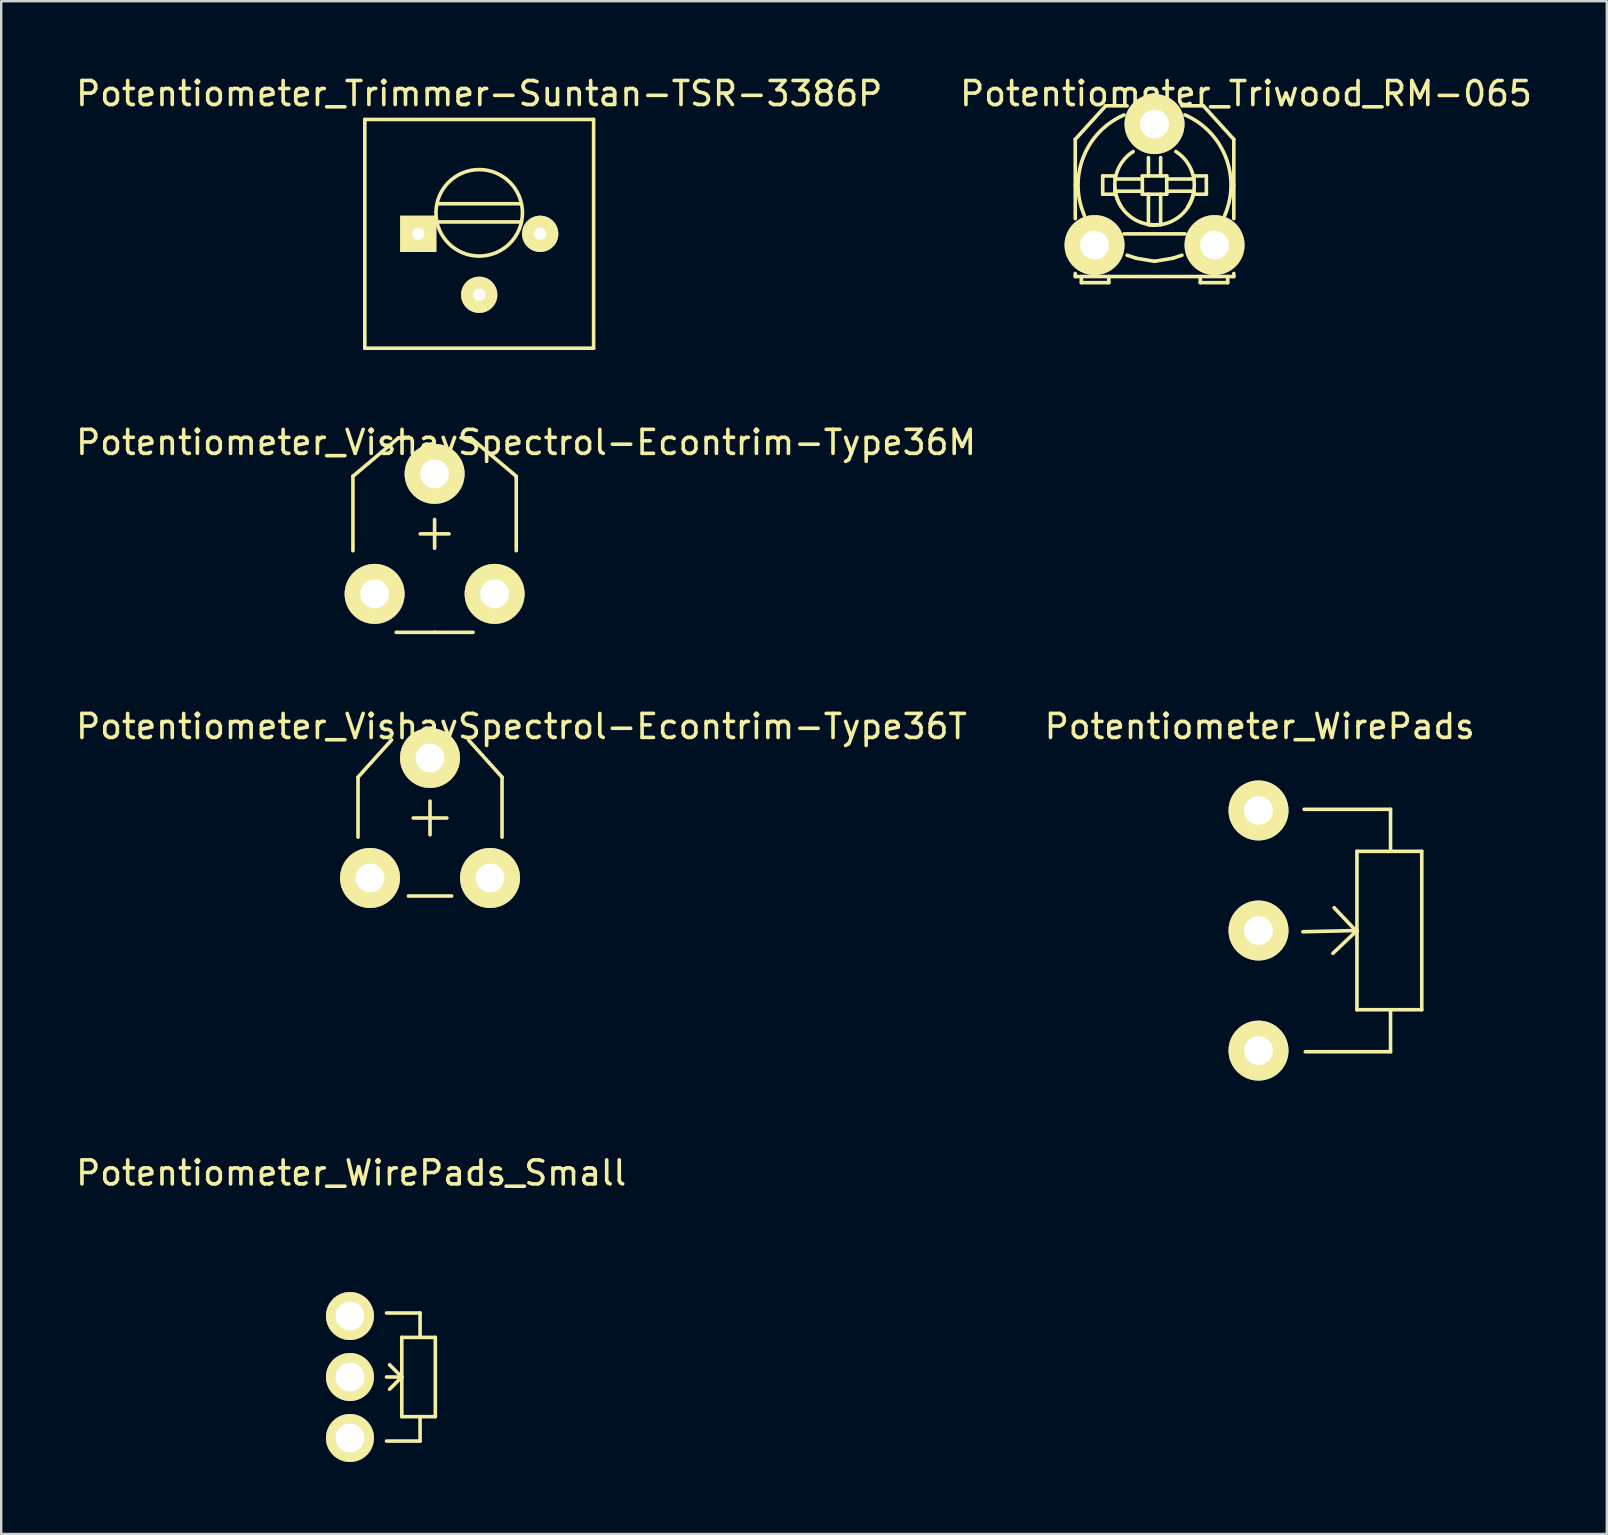
<source format=kicad_pcb>
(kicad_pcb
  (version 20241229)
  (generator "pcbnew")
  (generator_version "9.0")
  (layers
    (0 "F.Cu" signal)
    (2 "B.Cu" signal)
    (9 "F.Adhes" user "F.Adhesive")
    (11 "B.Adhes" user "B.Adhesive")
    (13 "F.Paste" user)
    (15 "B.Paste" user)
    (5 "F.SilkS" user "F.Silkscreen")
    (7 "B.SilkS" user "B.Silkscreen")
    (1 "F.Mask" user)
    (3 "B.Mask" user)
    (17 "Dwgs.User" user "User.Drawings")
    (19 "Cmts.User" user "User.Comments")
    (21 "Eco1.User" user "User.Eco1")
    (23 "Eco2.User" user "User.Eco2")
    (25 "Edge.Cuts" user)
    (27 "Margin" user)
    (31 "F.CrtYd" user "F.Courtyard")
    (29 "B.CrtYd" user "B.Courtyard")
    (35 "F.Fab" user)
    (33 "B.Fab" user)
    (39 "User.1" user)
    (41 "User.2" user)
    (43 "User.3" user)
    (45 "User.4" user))
  (footprint "Potentiometer_VishaySpectrol-Econtrim-Type36T"
    (layer "F.Cu")
    (at 12.363 33.521)
    (property "Reference" "Potentiometer_VishaySpectrol-Econtrim-Type36T" (at 6.309 -6.309 0) (layer "F.SilkS") (effects (font (size 1 1) (thickness 0.15))))
    (attr through_hole)
    (fp_line (start -0.5 -4.199) (end -0.5 -1.699) (stroke (width 0.15) (type solid)) (layer "F.SilkS"))
    (fp_line (start 0.899 -5.751) (end -0.5 -4.199) (stroke (width 0.15) (type solid)) (layer "F.SilkS"))
    (fp_line (start 1.6 0.752) (end 3.399 0.752) (stroke (width 0.15) (type solid)) (layer "F.SilkS"))
    (fp_line (start 1.798 -2.499) (end 3.2 -2.499) (stroke (width 0.15) (type solid)) (layer "F.SilkS"))
    (fp_line (start 2.499 -1.798) (end 2.499 -3.2) (stroke (width 0.15) (type solid)) (layer "F.SilkS"))
    (fp_line (start 4.1 -5.751) (end 5.499 -4.199) (stroke (width 0.15) (type solid)) (layer "F.SilkS"))
    (fp_line (start 5.499 -4.199) (end 5.499 -1.699) (stroke (width 0.15) (type solid)) (layer "F.SilkS"))
    (pad "1" thru_hole circle (at 0 0) (size 2.499 2.499) (drill 1.199) (layers "*.Cu" "*.Mask" "F.SilkS"))
    (pad "2" thru_hole circle (at 2.499 -4.999) (size 2.499 2.499) (drill 1.199) (layers "*.Cu" "*.Mask" "F.SilkS"))
    (pad "3" thru_hole circle (at 4.999 0) (size 2.499 2.499) (drill 1.199) (layers "*.Cu" "*.Mask" "F.SilkS")))
  (footprint "Potentiometer_WirePads_Small"
    (layer "F.Cu")
    (at 11.527 51.768)
    (property "Reference" "Potentiometer_WirePads_Small" (at 0.051 -5.959 0) (layer "F.SilkS") (effects (font (size 1 1) (thickness 0.15))))
    (attr through_hole)
    (fp_line (start 2.159 0.889) (end 3.556 0.889) (stroke (width 0.15) (type solid)) (layer "F.SilkS"))
    (fp_line (start 2.159 2.54) (end 1.524 2.54) (stroke (width 0.15) (type solid)) (layer "F.SilkS"))
    (fp_line (start 2.159 2.54) (end 1.651 2.032) (stroke (width 0.15) (type solid)) (layer "F.SilkS"))
    (fp_line (start 2.159 2.54) (end 1.651 3.048) (stroke (width 0.15) (type solid)) (layer "F.SilkS"))
    (fp_line (start 2.159 4.191) (end 2.159 0.889) (stroke (width 0.15) (type solid)) (layer "F.SilkS"))
    (fp_line (start 2.921 -0.127) (end 1.524 -0.127) (stroke (width 0.15) (type solid)) (layer "F.SilkS"))
    (fp_line (start 2.921 0.889) (end 2.921 -0.127) (stroke (width 0.15) (type solid)) (layer "F.SilkS"))
    (fp_line (start 2.921 4.191) (end 2.921 5.207) (stroke (width 0.15) (type solid)) (layer "F.SilkS"))
    (fp_line (start 2.921 5.207) (end 1.524 5.207) (stroke (width 0.15) (type solid)) (layer "F.SilkS"))
    (fp_line (start 3.556 0.889) (end 3.556 4.191) (stroke (width 0.15) (type solid)) (layer "F.SilkS"))
    (fp_line (start 3.556 4.191) (end 2.159 4.191) (stroke (width 0.15) (type solid)) (layer "F.SilkS"))
    (pad "1" thru_hole circle (at 0 0) (size 1.999 1.999) (drill 1.199) (layers "*.Cu" "*.Mask" "F.SilkS"))
    (pad "2" thru_hole circle (at 0 2.54) (size 1.999 1.999) (drill 1.199) (layers "*.Cu" "*.Mask" "F.SilkS"))
    (pad "3" thru_hole circle (at 0 5.08) (size 1.999 1.999) (drill 1.199) (layers "*.Cu" "*.Mask" "F.SilkS")))
  (footprint "Potentiometer_Trimmer-Suntan-TSR-3386P"
    (layer "F.Cu")
    (at 14.371 6.69)
    (property "Reference" "Potentiometer_Trimmer-Suntan-TSR-3386P" (at 2.54 -5.842 0) (layer "F.SilkS") (effects (font (size 1 1) (thickness 0.15))))
    (attr through_hole)
    (fp_line (start -2.225 -4.765) (end 7.305 -4.765) (stroke (width 0.15) (type solid)) (layer "F.SilkS"))
    (fp_line (start -2.225 4.765) (end -2.225 -4.765) (stroke (width 0.15) (type solid)) (layer "F.SilkS"))
    (fp_line (start 0.84 -1.255) (end 4.24 -1.255) (stroke (width 0.15) (type solid)) (layer "F.SilkS"))
    (fp_line (start 0.84 -0.495) (end 4.24 -0.495) (stroke (width 0.15) (type solid)) (layer "F.SilkS"))
    (fp_line (start 7.305 -4.765) (end 7.305 4.765) (stroke (width 0.15) (type solid)) (layer "F.SilkS"))
    (fp_line (start 7.305 4.765) (end -2.225 4.765) (stroke (width 0.15) (type solid)) (layer "F.SilkS"))
    (fp_circle (center 2.54 -0.875) (end 4.115 0) (stroke (width 0.15) (type solid)) (fill no) (layer "F.SilkS"))
    (pad "1" thru_hole rect (at 0 0) (size 1.51 1.51) (drill 0.51) (layers "*.Cu" "*.Mask" "F.SilkS"))
    (pad "2" thru_hole circle (at 2.54 2.54) (size 1.51 1.51) (drill 0.51) (layers "*.Cu" "*.Mask" "F.SilkS"))
    (pad "3" thru_hole circle (at 5.08 0) (size 1.51 1.51) (drill 0.51) (layers "*.Cu" "*.Mask" "F.SilkS")))
  (footprint "Potentiometer_Triwood_RM-065"
    (layer "F.Cu")
    (at 42.542 7.158)
    (property "Reference" "Potentiometer_Triwood_RM-065" (at 6.309 -6.309 0) (layer "F.SilkS") (effects (font (size 1 1) (thickness 0.15))))
    (attr through_hole)
    (fp_line (start -0.803 -4.404) (end -0.803 -2.499) (stroke (width 0.15) (type solid)) (layer "F.SilkS"))
    (fp_line (start -0.803 -2.499) (end -0.803 -1.102) (stroke (width 0.15) (type solid)) (layer "F.SilkS"))
    (fp_line (start -0.803 1.311) (end -0.803 1.184) (stroke (width 0.15) (type solid)) (layer "F.SilkS"))
    (fp_line (start -0.803 1.311) (end 5.801 1.311) (stroke (width 0.15) (type solid)) (layer "F.SilkS"))
    (fp_line (start -0.549 1.311) (end -0.549 1.565) (stroke (width 0.15) (type solid)) (layer "F.SilkS"))
    (fp_line (start -0.549 1.565) (end 0.594 1.565) (stroke (width 0.15) (type solid)) (layer "F.SilkS"))
    (fp_line (start 0.34 -2.88) (end 0.34 -2.118) (stroke (width 0.15) (type solid)) (layer "F.SilkS"))
    (fp_line (start 0.34 -2.118) (end 0.848 -2.118) (stroke (width 0.15) (type solid)) (layer "F.SilkS"))
    (fp_line (start 0.467 -5.801) (end -0.803 -4.404) (stroke (width 0.15) (type solid)) (layer "F.SilkS"))
    (fp_line (start 0.594 1.565) (end 0.594 1.311) (stroke (width 0.15) (type solid)) (layer "F.SilkS"))
    (fp_line (start 0.848 -2.88) (end 0.34 -2.88) (stroke (width 0.15) (type solid)) (layer "F.SilkS"))
    (fp_line (start 1.229 -0.467) (end 3.769 -0.467) (stroke (width 0.15) (type solid)) (layer "F.SilkS"))
    (fp_line (start 1.356 -5.801) (end 0.467 -5.801) (stroke (width 0.15) (type solid)) (layer "F.SilkS"))
    (fp_line (start 1.356 0.422) (end 1.737 0.549) (stroke (width 0.15) (type solid)) (layer "F.SilkS"))
    (fp_line (start 1.737 0.549) (end 2.499 0.676) (stroke (width 0.15) (type solid)) (layer "F.SilkS"))
    (fp_line (start 1.991 -2.88) (end 1.991 -2.118) (stroke (width 0.15) (type solid)) (layer "F.SilkS"))
    (fp_line (start 1.991 -2.753) (end 0.848 -2.753) (stroke (width 0.15) (type solid)) (layer "F.SilkS"))
    (fp_line (start 1.991 -2.245) (end 0.848 -2.245) (stroke (width 0.15) (type solid)) (layer "F.SilkS"))
    (fp_line (start 1.991 -2.118) (end 3.007 -2.118) (stroke (width 0.15) (type solid)) (layer "F.SilkS"))
    (fp_line (start 2.245 -2.88) (end 2.245 -3.642) (stroke (width 0.15) (type solid)) (layer "F.SilkS"))
    (fp_line (start 2.245 -2.118) (end 2.245 -0.848) (stroke (width 0.15) (type solid)) (layer "F.SilkS"))
    (fp_line (start 2.499 0.676) (end 3.261 0.549) (stroke (width 0.15) (type solid)) (layer "F.SilkS"))
    (fp_line (start 2.753 -2.88) (end 2.753 -3.642) (stroke (width 0.15) (type solid)) (layer "F.SilkS"))
    (fp_line (start 2.753 -2.118) (end 2.753 -0.848) (stroke (width 0.15) (type solid)) (layer "F.SilkS"))
    (fp_line (start 3.007 -2.88) (end 1.991 -2.88) (stroke (width 0.15) (type solid)) (layer "F.SilkS"))
    (fp_line (start 3.007 -2.753) (end 4.15 -2.753) (stroke (width 0.15) (type solid)) (layer "F.SilkS"))
    (fp_line (start 3.007 -2.245) (end 4.15 -2.245) (stroke (width 0.15) (type solid)) (layer "F.SilkS"))
    (fp_line (start 3.007 -2.118) (end 3.007 -2.88) (stroke (width 0.15) (type solid)) (layer "F.SilkS"))
    (fp_line (start 3.261 0.549) (end 3.642 0.422) (stroke (width 0.15) (type solid)) (layer "F.SilkS"))
    (fp_line (start 4.15 -2.88) (end 4.658 -2.88) (stroke (width 0.15) (type solid)) (layer "F.SilkS"))
    (fp_line (start 4.404 1.565) (end 4.404 1.311) (stroke (width 0.15) (type solid)) (layer "F.SilkS"))
    (fp_line (start 4.531 -5.801) (end 3.642 -5.801) (stroke (width 0.15) (type solid)) (layer "F.SilkS"))
    (fp_line (start 4.531 -5.801) (end 5.801 -4.404) (stroke (width 0.15) (type solid)) (layer "F.SilkS"))
    (fp_line (start 4.658 -2.88) (end 4.658 -2.118) (stroke (width 0.15) (type solid)) (layer "F.SilkS"))
    (fp_line (start 4.658 -2.118) (end 4.15 -2.118) (stroke (width 0.15) (type solid)) (layer "F.SilkS"))
    (fp_line (start 5.547 1.311) (end 5.547 1.565) (stroke (width 0.15) (type solid)) (layer "F.SilkS"))
    (fp_line (start 5.547 1.565) (end 4.404 1.565) (stroke (width 0.15) (type solid)) (layer "F.SilkS"))
    (fp_line (start 5.801 -4.404) (end 5.801 -2.499) (stroke (width 0.15) (type solid)) (layer "F.SilkS"))
    (fp_line (start 5.801 -2.499) (end 5.801 -1.102) (stroke (width 0.15) (type solid)) (layer "F.SilkS"))
    (fp_line (start 5.801 1.311) (end 5.801 1.184) (stroke (width 0.15) (type solid)) (layer "F.SilkS"))
    (fp_arc (start -0.42164 -1.22936) (mid -0.464125 -3.666793) (end 1.22936 -5.42036) (stroke (width 0.15) (type solid)) (layer "F.SilkS"))
    (fp_arc (start 1.10236 -1.61036) (mid 0.882914 -2.85857) (end 1.61036 -3.89636) (stroke (width 0.15) (type solid)) (layer "F.SilkS"))
    (fp_arc (start 2.62636 -0.84836) (mid 1.421729 -1.242124) (end 0.84836 -2.37236) (stroke (width 0.15) (type solid)) (layer "F.SilkS"))
    (fp_arc (start 3.38836 -3.89636) (mid 4.115806 -2.85857) (end 3.89636 -1.61036) (stroke (width 0.15) (type solid)) (layer "F.SilkS"))
    (fp_arc (start 3.76936 -5.42036) (mid 5.462845 -3.666793) (end 5.42036 -1.22936) (stroke (width 0.15) (type solid)) (layer "F.SilkS"))
    (fp_arc (start 4.15036 -2.24536) (mid 3.487188 -1.152322) (end 2.24536 -0.84836) (stroke (width 0.15) (type solid)) (layer "F.SilkS"))
    (pad "1" thru_hole circle (at 0 0) (size 2.499 2.499) (drill 1.199) (layers "*.Cu" "*.Mask" "F.SilkS"))
    (pad "2" thru_hole circle (at 2.499 -5.039) (size 2.499 2.499) (drill 1.199) (layers "*.Cu" "*.Mask" "F.SilkS"))
    (pad "3" thru_hole circle (at 4.999 0) (size 2.499 2.499) (drill 1.199) (layers "*.Cu" "*.Mask" "F.SilkS")))
  (footprint "Potentiometer_WirePads"
    (layer "F.Cu")
    (at 49.372 30.709)
    (property "Reference" "Potentiometer_WirePads" (at 0.051 -3.498 0) (layer "F.SilkS") (effects (font (size 1 1) (thickness 0.15))))
    (attr through_hole)
    (fp_line (start 4.1 1.702) (end 6.8 1.702) (stroke (width 0.15) (type solid)) (layer "F.SilkS"))
    (fp_line (start 4.1 5.001) (end 1.849 5.052) (stroke (width 0.15) (type solid)) (layer "F.SilkS"))
    (fp_line (start 4.1 5.001) (end 3.099 5.951) (stroke (width 0.15) (type solid)) (layer "F.SilkS"))
    (fp_line (start 4.1 5.052) (end 3.15 4.051) (stroke (width 0.15) (type solid)) (layer "F.SilkS"))
    (fp_line (start 4.1 8.301) (end 4.1 1.702) (stroke (width 0.15) (type solid)) (layer "F.SilkS"))
    (fp_line (start 5.499 -0.048) (end 1.9 -0.048) (stroke (width 0.15) (type solid)) (layer "F.SilkS"))
    (fp_line (start 5.499 1.702) (end 5.499 -0.048) (stroke (width 0.15) (type solid)) (layer "F.SilkS"))
    (fp_line (start 5.499 8.301) (end 5.499 10.051) (stroke (width 0.15) (type solid)) (layer "F.SilkS"))
    (fp_line (start 5.499 10.051) (end 1.951 10.051) (stroke (width 0.15) (type solid)) (layer "F.SilkS"))
    (fp_line (start 6.8 1.702) (end 6.8 8.301) (stroke (width 0.15) (type solid)) (layer "F.SilkS"))
    (fp_line (start 6.8 8.301) (end 4.1 8.301) (stroke (width 0.15) (type solid)) (layer "F.SilkS"))
    (pad "1" thru_hole circle (at 0 0) (size 2.499 2.499) (drill 1.199) (layers "*.Cu" "*.Mask" "F.SilkS"))
    (pad "2" thru_hole circle (at 0 5.001) (size 2.499 2.499) (drill 1.199) (layers "*.Cu" "*.Mask" "F.SilkS"))
    (pad "3" thru_hole circle (at 0 10.003) (size 2.499 2.499) (drill 1.199) (layers "*.Cu" "*.Mask" "F.SilkS")))
  (footprint "Potentiometer_VishaySpectrol-Econtrim-Type36M"
    (layer "F.Cu")
    (at 12.554 21.688)
    (property "Reference" "Potentiometer_VishaySpectrol-Econtrim-Type36M" (at 6.309 -6.309 0) (layer "F.SilkS") (effects (font (size 1 1) (thickness 0.15))))
    (attr through_hole)
    (fp_line (start -0.902 -4.9) (end -0.902 -1.798) (stroke (width 0.15) (type solid)) (layer "F.SilkS"))
    (fp_line (start 0.998 -6.5) (end -0.902 -4.9) (stroke (width 0.15) (type solid)) (layer "F.SilkS"))
    (fp_line (start 1.4 -6.5) (end 0.998 -6.5) (stroke (width 0.15) (type solid)) (layer "F.SilkS"))
    (fp_line (start 2.499 -3.099) (end 2.499 -1.9) (stroke (width 0.15) (type solid)) (layer "F.SilkS"))
    (fp_line (start 2.499 1.6) (end 0.899 1.6) (stroke (width 0.15) (type solid)) (layer "F.SilkS"))
    (fp_line (start 2.499 1.6) (end 4.1 1.6) (stroke (width 0.15) (type solid)) (layer "F.SilkS"))
    (fp_line (start 3.099 -2.499) (end 1.9 -2.499) (stroke (width 0.15) (type solid)) (layer "F.SilkS"))
    (fp_line (start 3.599 -6.5) (end 4 -6.5) (stroke (width 0.15) (type solid)) (layer "F.SilkS"))
    (fp_line (start 4 -6.5) (end 5.9 -4.9) (stroke (width 0.15) (type solid)) (layer "F.SilkS"))
    (fp_line (start 5.9 -4.9) (end 5.9 -1.798) (stroke (width 0.15) (type solid)) (layer "F.SilkS"))
    (pad "1" thru_hole circle (at 0 0) (size 2.499 2.499) (drill 1.199) (layers "*.Cu" "*.Mask" "F.SilkS"))
    (pad "2" thru_hole circle (at 2.499 -4.999) (size 2.499 2.499) (drill 1.199) (layers "*.Cu" "*.Mask" "F.SilkS"))
    (pad "3" thru_hole circle (at 4.999 0) (size 2.499 2.499) (drill 1.199) (layers "*.Cu" "*.Mask" "F.SilkS")))
  (gr_rect
    (start -3 -3)
    (end 63.881 60.848)
    (stroke (width 0.1) (type default))
    (fill no)
    (layer "Edge.Cuts")))
</source>
